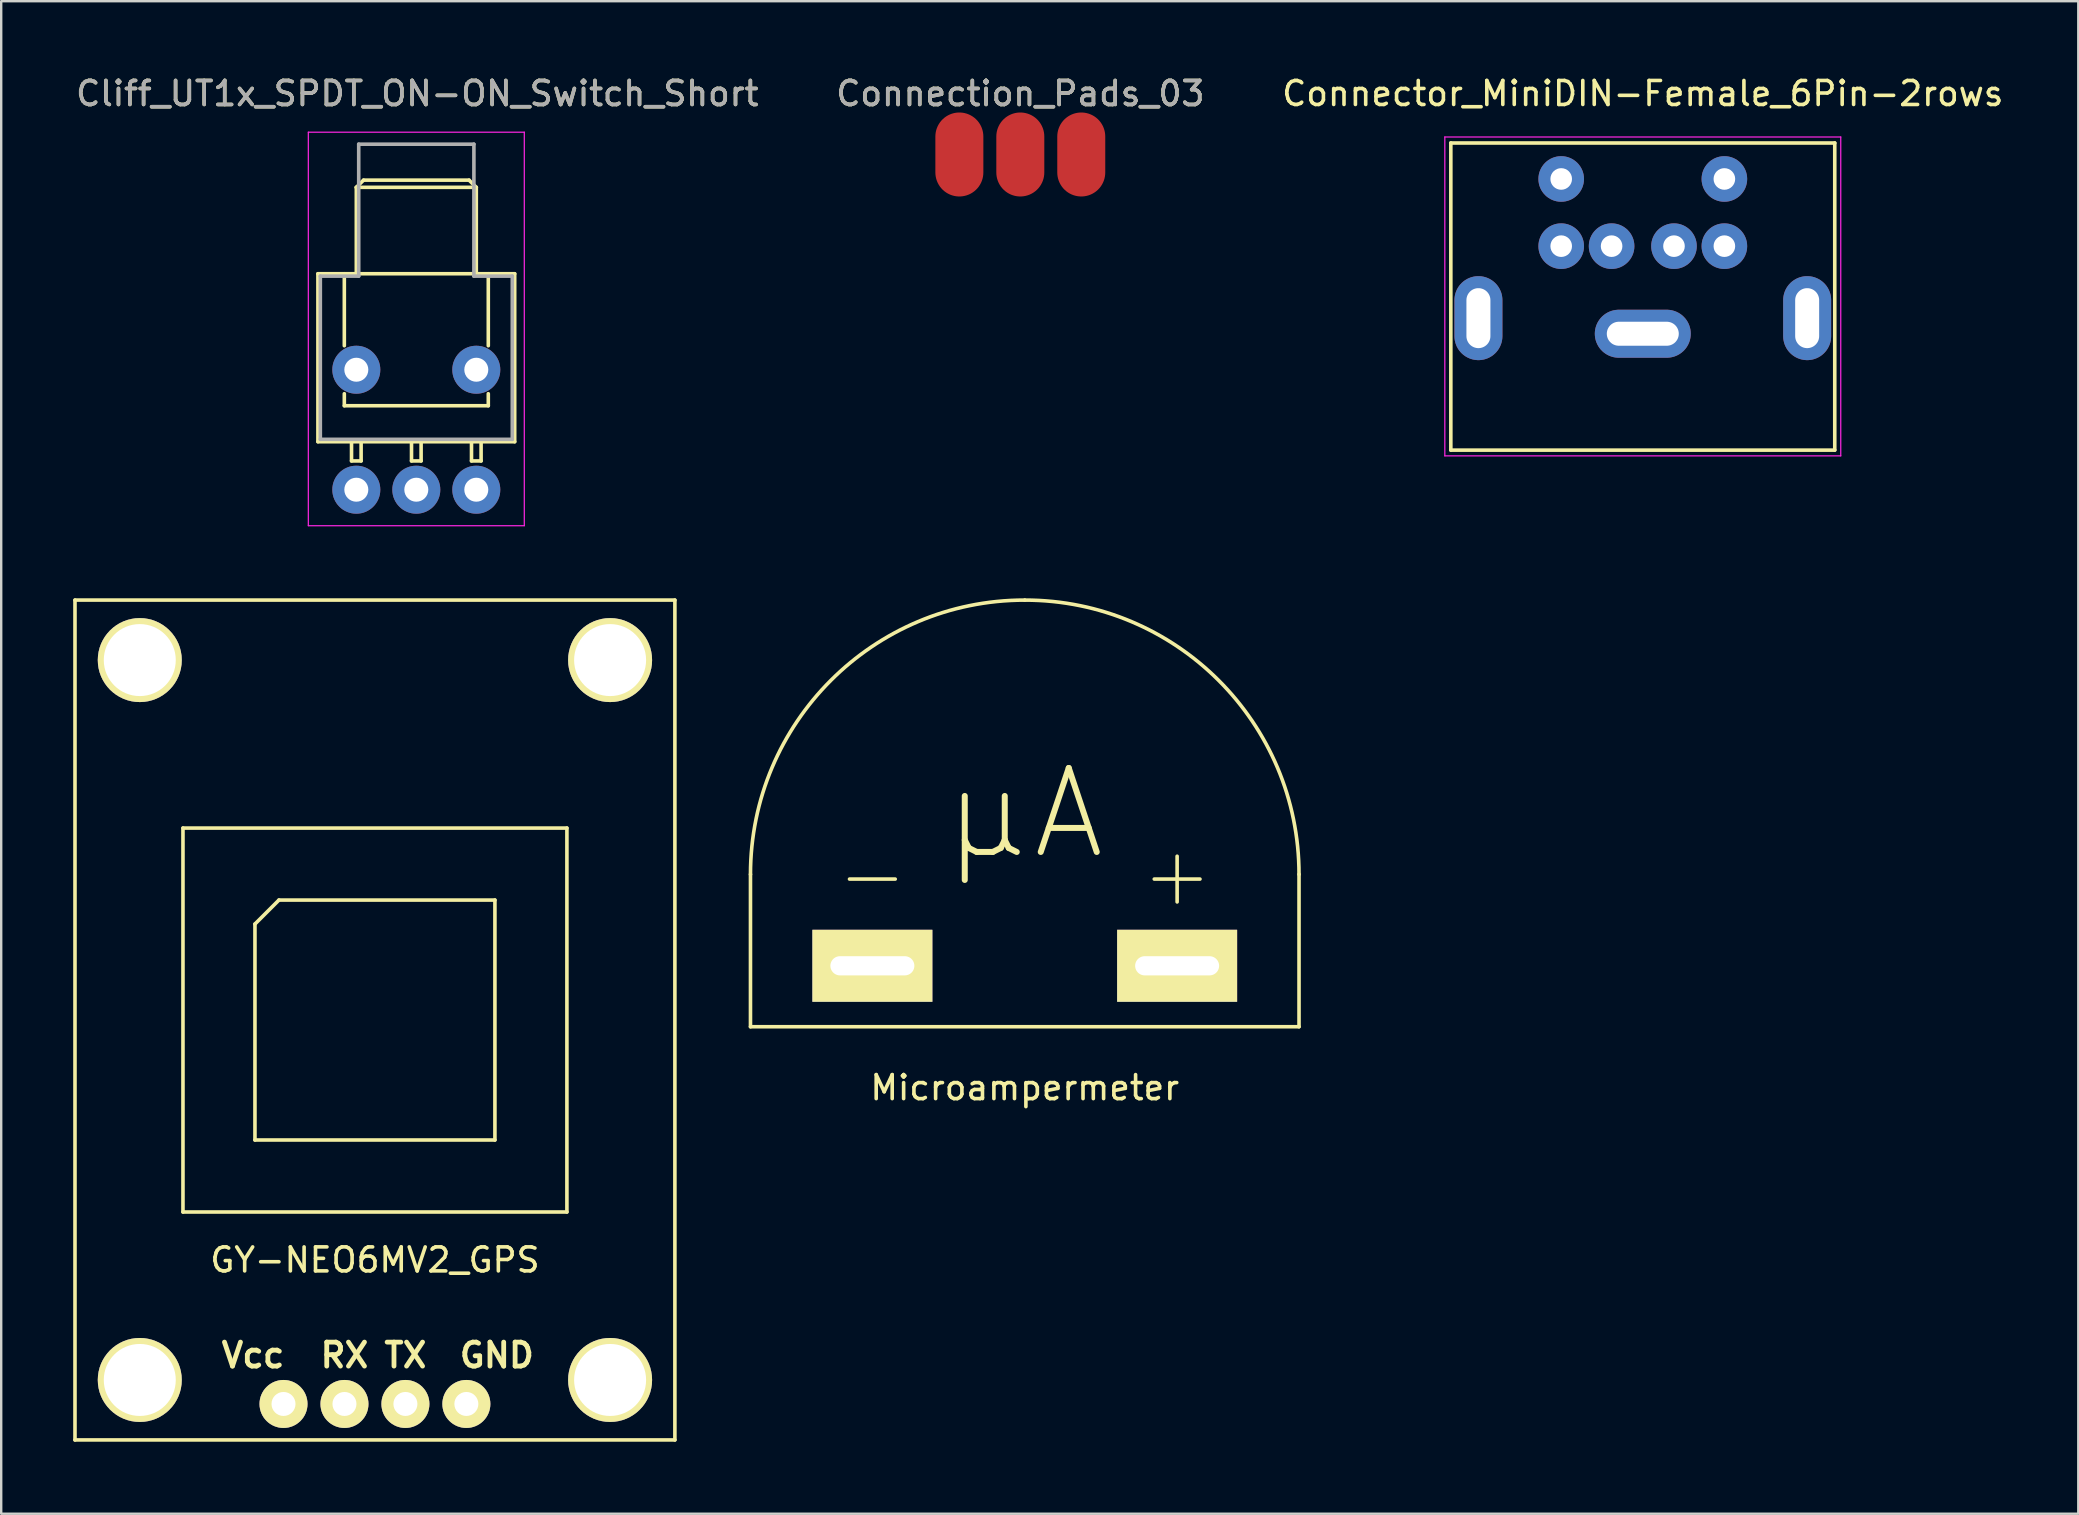
<source format=kicad_pcb>
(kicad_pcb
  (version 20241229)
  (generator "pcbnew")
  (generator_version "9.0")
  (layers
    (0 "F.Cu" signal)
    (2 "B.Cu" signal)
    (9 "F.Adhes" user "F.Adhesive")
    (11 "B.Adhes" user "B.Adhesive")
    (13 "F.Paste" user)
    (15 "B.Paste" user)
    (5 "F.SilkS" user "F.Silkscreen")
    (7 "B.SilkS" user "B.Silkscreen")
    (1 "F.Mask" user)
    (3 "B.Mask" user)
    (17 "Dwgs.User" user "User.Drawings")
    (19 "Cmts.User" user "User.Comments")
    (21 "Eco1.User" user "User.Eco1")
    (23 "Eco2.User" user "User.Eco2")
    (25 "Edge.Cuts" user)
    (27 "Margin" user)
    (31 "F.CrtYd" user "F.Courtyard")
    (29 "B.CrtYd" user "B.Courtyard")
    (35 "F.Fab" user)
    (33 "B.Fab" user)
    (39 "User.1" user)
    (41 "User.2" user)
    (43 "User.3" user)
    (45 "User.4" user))
  (footprint "Connection_Pads_03"
    (layer "F.Cu")
    (at 39.47 3.388)
    (property "Reference" "Connection_Pads_03" (at 0 -2.54 0) (layer "F.SilkS") (effects (font (size 1 1) (thickness 0.15))))
    (attr through_hole)
    (fp_text user "${REFERENCE}" (at 0 -2.54 0) (layer "F.Fab") (effects (font (size 1 1) (thickness 0.15))))
    (pad "1" smd oval (at -2.54 0) (size 2 3.5) (layers "F.Cu" "F.Mask" "F.Paste"))
    (pad "2" smd oval (at 0 0) (size 2 3.5) (layers "F.Cu" "F.Mask" "F.Paste"))
    (pad "3" smd oval (at 2.54 0) (size 2 3.5) (layers "F.Cu" "F.Mask" "F.Paste")))
  (footprint "Connector_MiniDIN-Female_6Pin-2rows"
    (layer "F.Cu")
    (at 66.711 7.208)
    (property "Reference" "Connector_MiniDIN-Female_6Pin-2rows" (at -1.3 -6.36 0) (layer "F.SilkS") (effects (font (size 1 1) (thickness 0.15))))
    (attr through_hole)
    (fp_line (start -9.3 -4.3) (end -9.3 8.5) (stroke (width 0.15) (type solid)) (layer "F.SilkS"))
    (fp_line (start -9.3 -4.3) (end 6.7 -4.3) (stroke (width 0.15) (type solid)) (layer "F.SilkS"))
    (fp_line (start -9.3 8.5) (end 6.7 8.5) (stroke (width 0.15) (type solid)) (layer "F.SilkS"))
    (fp_line (start 6.7 -4.3) (end 6.7 8.5) (stroke (width 0.15) (type solid)) (layer "F.SilkS"))
    (fp_line (start -9.55 -4.55) (end -9.55 8.74) (stroke (width 0.05) (type solid)) (layer "F.CrtYd"))
    (fp_line (start -9.55 -4.55) (end 6.95 -4.55) (stroke (width 0.05) (type solid)) (layer "F.CrtYd"))
    (fp_line (start 6.95 -4.55) (end 6.95 8.74) (stroke (width 0.05) (type solid)) (layer "F.CrtYd"))
    (fp_line (start 6.95 8.74) (end -9.55 8.74) (stroke (width 0.05) (type solid)) (layer "F.CrtYd"))
    (pad "1" thru_hole circle (at 0 0) (size 1.9 1.9) (drill 0.9) (layers "*.Cu" "*.Mask"))
    (pad "2" thru_hole circle (at -2.6 0) (size 1.9 1.9) (drill 0.9) (layers "*.Cu" "*.Mask"))
    (pad "3" thru_hole circle (at 2.1 0) (size 1.9 1.9) (drill 0.9) (layers "*.Cu" "*.Mask"))
    (pad "4" thru_hole circle (at -4.7 0) (size 1.9 1.9) (drill 0.9) (layers "*.Cu" "*.Mask"))
    (pad "5" thru_hole circle (at 2.1 -2.8) (size 1.9 1.9) (drill 0.9) (layers "*.Cu" "*.Mask"))
    (pad "6" thru_hole circle (at -4.7 -2.8) (size 1.9 1.9) (drill 0.9) (layers "*.Cu" "*.Mask"))
    (pad "7" thru_hole oval (at -8.15 3) (size 2 3.5) (drill oval 1 2.5) (layers "*.Cu" "*.Mask"))
    (pad "7" thru_hole oval (at -1.3 3.65) (size 4 2) (drill oval 3 1) (layers "*.Cu" "*.Mask"))
    (pad "7" thru_hole oval (at 5.55 3) (size 2 3.5) (drill oval 1 2.5) (layers "*.Cu" "*.Mask")))
  (footprint "GY-NEO6MV2_GPS"
    (layer "F.Cu")
    (at 12.575 39.458)
    (property "Reference" "GY-NEO6MV2_GPS" (at 0 10 0) (layer "F.SilkS") (effects (font (size 1 1) (thickness 0.15))))
    (attr through_hole)
    (fp_line (start -12.5 -17.5) (end -12.5 17.5) (stroke (width 0.15) (type solid)) (layer "F.SilkS"))
    (fp_line (start -12.5 17.5) (end 12.5 17.5) (stroke (width 0.15) (type solid)) (layer "F.SilkS"))
    (fp_line (start -8 -8) (end -8 8) (stroke (width 0.15) (type solid)) (layer "F.SilkS"))
    (fp_line (start -8 -8) (end 8 -8) (stroke (width 0.15) (type solid)) (layer "F.SilkS"))
    (fp_line (start -8 8) (end 8 8) (stroke (width 0.15) (type solid)) (layer "F.SilkS"))
    (fp_line (start -5 -4) (end -4 -5) (stroke (width 0.15) (type solid)) (layer "F.SilkS"))
    (fp_line (start -5 5) (end -5 -4) (stroke (width 0.15) (type solid)) (layer "F.SilkS"))
    (fp_line (start -4 -5) (end 5 -5) (stroke (width 0.15) (type solid)) (layer "F.SilkS"))
    (fp_line (start 5 -5) (end 5 5) (stroke (width 0.15) (type solid)) (layer "F.SilkS"))
    (fp_line (start 5 5) (end -5 5) (stroke (width 0.15) (type solid)) (layer "F.SilkS"))
    (fp_line (start 8 -8) (end 8 8) (stroke (width 0.15) (type solid)) (layer "F.SilkS"))
    (fp_line (start 12.5 -17.5) (end -12.5 -17.5) (stroke (width 0.15) (type solid)) (layer "F.SilkS"))
    (fp_line (start 12.5 17.5) (end 12.5 -17.5) (stroke (width 0.15) (type solid)) (layer "F.SilkS"))
    (fp_text user "RX" (at -1.27 13.97 0) (layer "F.SilkS") (effects (font (size 1 1) (thickness 0.2))))
    (fp_text user "TX" (at 1.27 13.97 0) (layer "F.SilkS") (effects (font (size 1 1) (thickness 0.2))))
    (fp_text user "Vcc" (at -5.08 13.97 0) (layer "F.SilkS") (effects (font (size 1 1) (thickness 0.2))))
    (fp_text user "GND" (at 5.08 13.97 0) (layer "F.SilkS") (effects (font (size 1 1) (thickness 0.2))))
    (pad "" np_thru_hole circle (at -9.8 -15) (size 3.5 3.5) (drill 3) (layers "*.Cu" "*.Mask" "F.SilkS"))
    (pad "" np_thru_hole circle (at -9.8 15) (size 3.5 3.5) (drill 3) (layers "*.Cu" "*.Mask" "F.SilkS"))
    (pad "" np_thru_hole circle (at 9.8 -15) (size 3.5 3.5) (drill 3) (layers "*.Cu" "*.Mask" "F.SilkS"))
    (pad "" np_thru_hole circle (at 9.8 15) (size 3.5 3.5) (drill 3) (layers "*.Cu" "*.Mask" "F.SilkS"))
    (pad "1" thru_hole circle (at -3.81 16) (size 2 2) (drill 1) (layers "*.Cu" "*.Mask" "F.SilkS"))
    (pad "2" thru_hole circle (at -1.27 16) (size 2 2) (drill 1) (layers "*.Cu" "*.Mask" "F.SilkS"))
    (pad "3" thru_hole circle (at 1.27 16) (size 2 2) (drill 1) (layers "*.Cu" "*.Mask" "F.SilkS"))
    (pad "4" thru_hole circle (at 3.81 16) (size 2 2) (drill 1) (layers "*.Cu" "*.Mask" "F.SilkS")))
  (footprint "Cliff_UT1x_SPDT_ON-ON_Switch_Short"
    (layer "F.Cu")
    (at 11.799 17.358)
    (property "Reference" "Cliff_UT1x_SPDT_ON-ON_Switch_Short" (at 2.54 -16.51 0) (layer "F.SilkS") (effects (font (size 1 1) (thickness 0.15))))
    (attr through_hole)
    (fp_line (start -1.6 -9) (end 6.6 -9) (stroke (width 0.15) (type solid)) (layer "F.SilkS"))
    (fp_line (start -1.6 -2) (end -1.6 -9) (stroke (width 0.15) (type solid)) (layer "F.SilkS"))
    (fp_line (start -1.6 -2) (end 6.6 -2) (stroke (width 0.15) (type solid)) (layer "F.SilkS"))
    (fp_line (start -0.5 -6) (end -0.5 -9) (stroke (width 0.15) (type solid)) (layer "F.SilkS"))
    (fp_line (start -0.5 -3.5) (end -0.5 -4) (stroke (width 0.15) (type solid)) (layer "F.SilkS"))
    (fp_line (start -0.5 -3.5) (end 5.5 -3.5) (stroke (width 0.15) (type solid)) (layer "F.SilkS"))
    (fp_line (start -0.2 -2) (end -0.2 -1.2) (stroke (width 0.15) (type solid)) (layer "F.SilkS"))
    (fp_line (start -0.2 -1.2) (end 0.2 -1.2) (stroke (width 0.15) (type solid)) (layer "F.SilkS"))
    (fp_line (start 0 -12.6) (end 5 -12.6) (stroke (width 0.15) (type solid)) (layer "F.SilkS"))
    (fp_line (start 0 -9) (end 0 -12.6) (stroke (width 0.15) (type solid)) (layer "F.SilkS"))
    (fp_line (start 0.2 -1.2) (end 0.2 -2) (stroke (width 0.15) (type solid)) (layer "F.SilkS"))
    (fp_line (start 0.3 -12.9) (end 0 -12.6) (stroke (width 0.15) (type solid)) (layer "F.SilkS"))
    (fp_line (start 0.3 -12.9) (end 4.7 -12.9) (stroke (width 0.15) (type solid)) (layer "F.SilkS"))
    (fp_line (start 2.3 -2) (end 2.3 -1.2) (stroke (width 0.15) (type solid)) (layer "F.SilkS"))
    (fp_line (start 2.3 -1.2) (end 2.7 -1.2) (stroke (width 0.15) (type solid)) (layer "F.SilkS"))
    (fp_line (start 2.7 -1.2) (end 2.7 -2) (stroke (width 0.15) (type solid)) (layer "F.SilkS"))
    (fp_line (start 4.7 -12.9) (end 5 -12.6) (stroke (width 0.15) (type solid)) (layer "F.SilkS"))
    (fp_line (start 4.8 -2) (end 4.8 -1.2) (stroke (width 0.15) (type solid)) (layer "F.SilkS"))
    (fp_line (start 4.8 -1.2) (end 5.2 -1.2) (stroke (width 0.15) (type solid)) (layer "F.SilkS"))
    (fp_line (start 5 -12.6) (end 5 -9) (stroke (width 0.15) (type solid)) (layer "F.SilkS"))
    (fp_line (start 5.2 -1.2) (end 5.2 -2) (stroke (width 0.15) (type solid)) (layer "F.SilkS"))
    (fp_line (start 5.5 -6) (end 5.5 -9) (stroke (width 0.15) (type solid)) (layer "F.SilkS"))
    (fp_line (start 5.5 -3.5) (end 5.5 -4) (stroke (width 0.15) (type solid)) (layer "F.SilkS"))
    (fp_line (start 6.6 -2) (end 6.6 -9) (stroke (width 0.15) (type solid)) (layer "F.SilkS"))
    (fp_line (start -2 -14.9) (end -2 1.5) (stroke (width 0.05) (type solid)) (layer "F.CrtYd"))
    (fp_line (start -2 -14.9) (end 7 -14.9) (stroke (width 0.05) (type solid)) (layer "F.CrtYd"))
    (fp_line (start 7 1.5) (end -2 1.5) (stroke (width 0.05) (type solid)) (layer "F.CrtYd"))
    (fp_line (start 7 1.5) (end 7 -14.9) (stroke (width 0.05) (type solid)) (layer "F.CrtYd"))
    (fp_line (start -1.5 -8.9) (end 0.1 -8.9) (stroke (width 0.15) (type solid)) (layer "F.Fab"))
    (fp_line (start -1.5 -2.1) (end -1.5 -8.9) (stroke (width 0.15) (type solid)) (layer "F.Fab"))
    (fp_line (start 0.1 -14.4) (end 0.1 -8.9) (stroke (width 0.15) (type solid)) (layer "F.Fab"))
    (fp_line (start 0.1 -14.4) (end 4.9 -14.4) (stroke (width 0.15) (type solid)) (layer "F.Fab"))
    (fp_line (start 4.9 -8.9) (end 4.9 -14.4) (stroke (width 0.15) (type solid)) (layer "F.Fab"))
    (fp_line (start 4.9 -8.9) (end 6.5 -8.9) (stroke (width 0.15) (type solid)) (layer "F.Fab"))
    (fp_line (start 6.5 -8.9) (end 6.5 -2.1) (stroke (width 0.15) (type solid)) (layer "F.Fab"))
    (fp_line (start 6.5 -2.1) (end -1.5 -2.1) (stroke (width 0.15) (type solid)) (layer "F.Fab"))
    (fp_text user "${REFERENCE}" (at 2.54 -16.51 0) (layer "F.Fab") (effects (font (size 1 1) (thickness 0.15))))
    (pad "1" thru_hole circle (at 0 0) (size 2 2) (drill 1) (layers "*.Cu" "*.Mask"))
    (pad "2" thru_hole circle (at 2.5 0) (size 2 2) (drill 1) (layers "*.Cu" "*.Mask"))
    (pad "3" thru_hole circle (at 5 0) (size 2 2) (drill 1) (layers "*.Cu" "*.Mask"))
    (pad "4" thru_hole circle (at 0 -5) (size 2 2) (drill 1) (layers "*.Cu" "*.Mask"))
    (pad "4" thru_hole circle (at 5 -5) (size 2 2) (drill 1) (layers "*.Cu" "*.Mask")))
  (footprint "Microampermeter"
    (layer "F.Cu")
    (at 39.655 37.198)
    (property "Reference" "Microampermeter" (at 0 5.08 0) (layer "F.SilkS") (effects (font (size 1 1) (thickness 0.15))))
    (attr through_hole)
    (fp_line (start -11.43 2.54) (end -11.43 -3.81) (stroke (width 0.15) (type solid)) (layer "F.SilkS"))
    (fp_line (start 11.43 -3.81) (end 11.43 2.54) (stroke (width 0.15) (type solid)) (layer "F.SilkS"))
    (fp_line (start 11.43 2.54) (end -11.43 2.54) (stroke (width 0.15) (type solid)) (layer "F.SilkS"))
    (fp_arc (start -11.43 -3.81) (mid -8.082231 -11.892231) (end 0 -15.24) (stroke (width 0.15) (type solid)) (layer "F.SilkS"))
    (fp_arc (start 0 -15.24) (mid 8.082231 -11.892231) (end 11.43 -3.81) (stroke (width 0.15) (type solid)) (layer "F.SilkS"))
    (fp_text user "-" (at -6.35 -3.81 0) (layer "F.SilkS") (effects (font (size 2.5 2.5) (thickness 0.15))))
    (fp_text user "μA" (at 0 -6.35 0) (layer "F.SilkS") (effects (font (size 3.5 3.5) (thickness 0.25))))
    (fp_text user "+" (at 6.35 -3.81 0) (layer "F.SilkS") (effects (font (size 2.5 2.5) (thickness 0.15))))
    (pad "1" thru_hole rect (at 6.35 0) (size 5 3) (drill oval 3.5 0.8) (layers "*.Cu" "*.Mask" "F.SilkS"))
    (pad "2" thru_hole rect (at -6.35 0) (size 5 3) (drill oval 3.5 0.8) (layers "*.Cu" "*.Mask" "F.SilkS")))
  (gr_rect
    (start -3 -3)
    (end 83.56 60.033)
    (stroke (width 0.1) (type default))
    (fill no)
    (layer "Edge.Cuts")))
</source>
